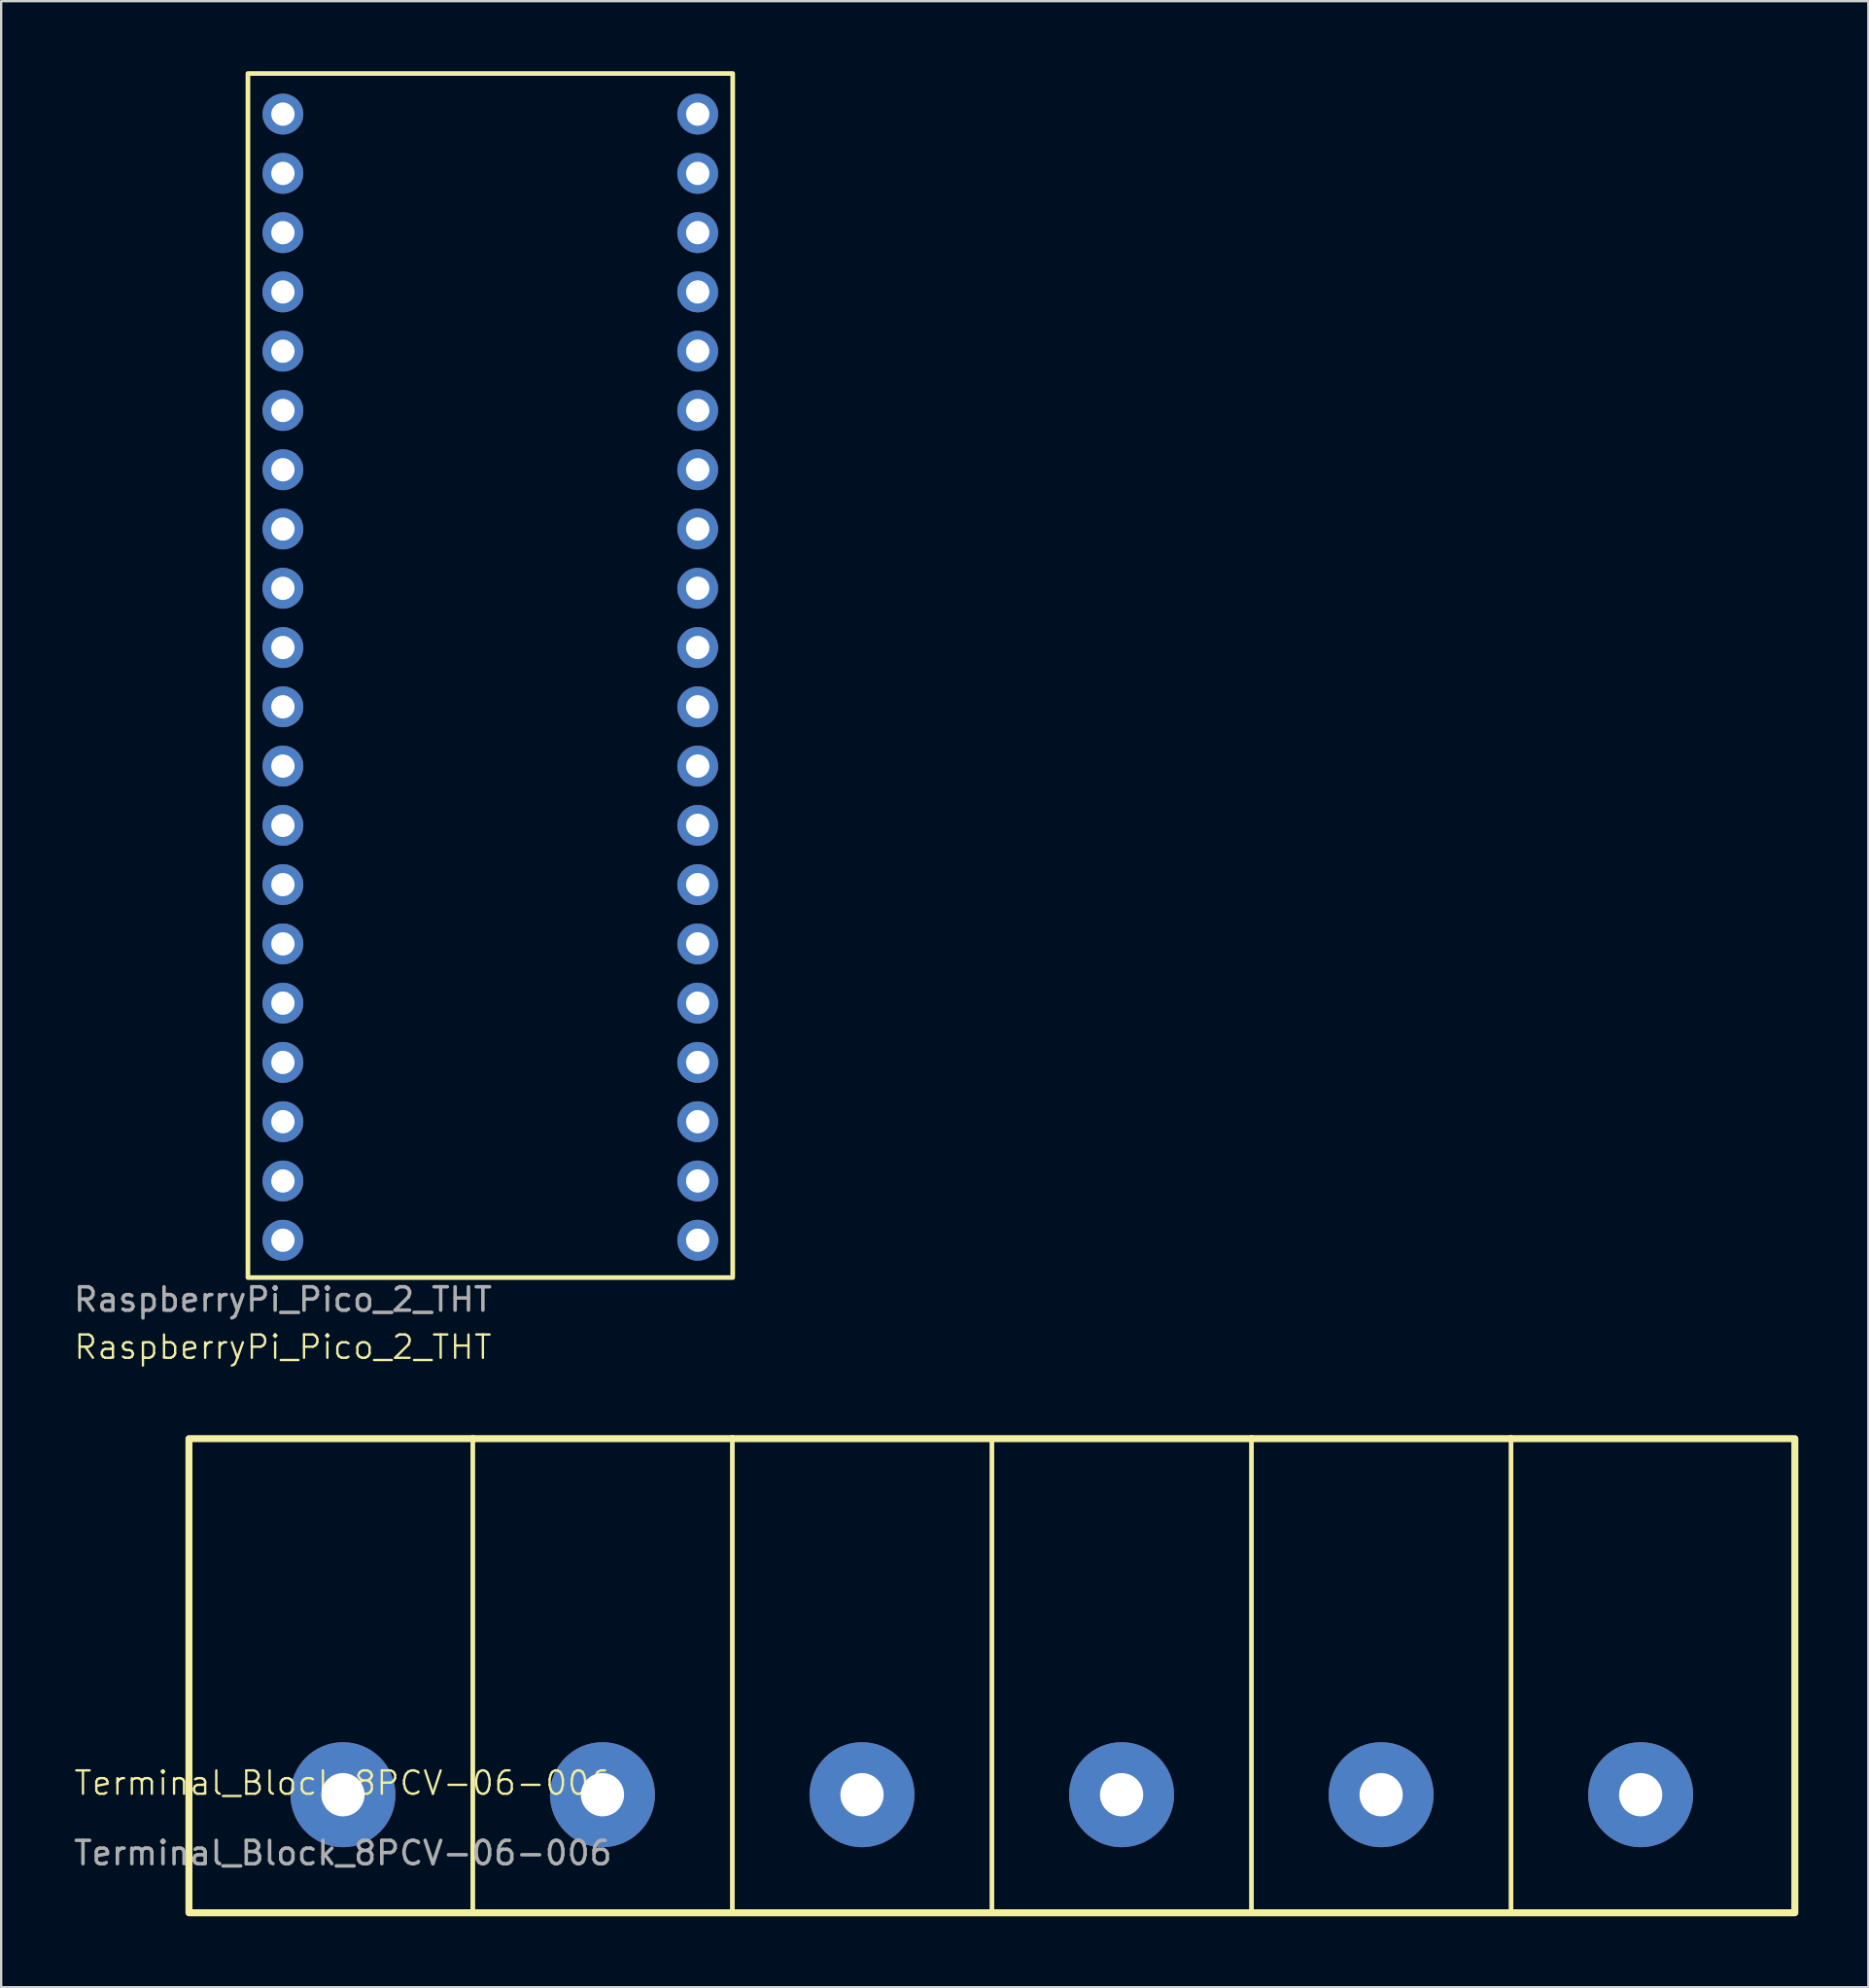
<source format=kicad_pcb>
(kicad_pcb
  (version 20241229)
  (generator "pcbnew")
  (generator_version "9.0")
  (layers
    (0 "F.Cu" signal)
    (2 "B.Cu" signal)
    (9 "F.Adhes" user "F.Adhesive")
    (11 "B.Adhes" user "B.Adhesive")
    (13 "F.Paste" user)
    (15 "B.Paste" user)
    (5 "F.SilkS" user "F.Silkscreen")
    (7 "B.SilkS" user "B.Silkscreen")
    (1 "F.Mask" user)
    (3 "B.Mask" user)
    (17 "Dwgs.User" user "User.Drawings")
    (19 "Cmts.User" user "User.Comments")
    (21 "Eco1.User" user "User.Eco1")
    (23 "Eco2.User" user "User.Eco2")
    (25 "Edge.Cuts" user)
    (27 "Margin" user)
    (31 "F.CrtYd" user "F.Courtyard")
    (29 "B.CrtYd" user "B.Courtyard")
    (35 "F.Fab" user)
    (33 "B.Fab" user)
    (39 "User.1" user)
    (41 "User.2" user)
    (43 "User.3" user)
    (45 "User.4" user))
  (footprint "Terminal_Block_8PCV-06-006"
    (layer "F.Cu")
    (at 5.049 78.861)
    (property "Reference" "Terminal_Block_8PCV-06-006" (at 6.6 -5.5 0) (unlocked yes) (layer "F.SilkS") (effects (font (size 1 1) (thickness 0.1))))
    (attr through_hole)
    (fp_line (start 12.167 0) (end 12.167 -20.32) (stroke (width 0.2) (type default)) (layer "F.SilkS"))
    (fp_line (start 23.292 0) (end 23.292 -20.32) (stroke (width 0.2) (type default)) (layer "F.SilkS"))
    (fp_line (start 34.417 0.06) (end 34.417 -20.26) (stroke (width 0.2) (type default)) (layer "F.SilkS"))
    (fp_line (start 45.542 0) (end 45.542 -20.32) (stroke (width 0.2) (type default)) (layer "F.SilkS"))
    (fp_line (start 56.667 0) (end 56.667 -20.32) (stroke (width 0.2) (type default)) (layer "F.SilkS"))
    (fp_rect (start 0 -20.26) (end 68.834 0.06) (stroke (width 0.3) (type default)) (fill no) (layer "F.SilkS"))
    (fp_text user "${REFERENCE}" (at 6.6 -2.5 0) (unlocked yes) (layer "F.Fab") (effects (font (size 1 1) (thickness 0.15))))
    (pad "1" thru_hole circle (at 6.6 -5) (size 4.5 4.5) (drill 1.854) (layers "*.Cu" "*.Mask"))
    (pad "2" thru_hole circle (at 17.725 -5) (size 4.5 4.5) (drill 1.854) (layers "*.Cu" "*.Mask"))
    (pad "3" thru_hole circle (at 28.85 -5) (size 4.5 4.5) (drill 1.854) (layers "*.Cu" "*.Mask"))
    (pad "4" thru_hole circle (at 39.976 -5) (size 4.5 4.5) (drill 1.854) (layers "*.Cu" "*.Mask"))
    (pad "5" thru_hole circle (at 51.101 -5) (size 4.5 4.5) (drill 1.854) (layers "*.Cu" "*.Mask"))
    (pad "6" thru_hole circle (at 62.226 -5) (size 4.5 4.5) (drill 1.854) (layers "*.Cu" "*.Mask")))
  (footprint "RaspberryPi_Pico_2_THT"
    (layer "F.Cu")
    (at 9.077 50.1)
    (property "Reference" "RaspberryPi_Pico_2_THT" (at 0 4.58 0) (unlocked yes) (layer "F.SilkS") (effects (font (size 1 1) (thickness 0.1))))
    (attr through_hole)
    (fp_rect (start -1.5 -50) (end 19.28 1.6) (stroke (width 0.2) (type default)) (fill no) (layer "F.SilkS"))
    (fp_text user "${REFERENCE}" (at 0 2.54 0) (unlocked yes) (layer "F.Fab") (effects (font (size 1 1) (thickness 0.15))))
    (pad "1" thru_hole circle (at 0 -48.26) (size 1.75 1.75) (drill 1) (layers "*.Cu" "*.Mask"))
    (pad "2" thru_hole circle (at 0 -45.72) (size 1.75 1.75) (drill 1) (layers "*.Cu" "*.Mask"))
    (pad "3" thru_hole circle (at 0 -43.18) (size 1.75 1.75) (drill 1) (layers "*.Cu" "*.Mask"))
    (pad "4" thru_hole circle (at 0 -40.64) (size 1.75 1.75) (drill 1) (layers "*.Cu" "*.Mask"))
    (pad "5" thru_hole circle (at 0 -38.1) (size 1.75 1.75) (drill 1) (layers "*.Cu" "*.Mask"))
    (pad "6" thru_hole circle (at 0 -35.56) (size 1.75 1.75) (drill 1) (layers "*.Cu" "*.Mask"))
    (pad "7" thru_hole circle (at 0 -33.02) (size 1.75 1.75) (drill 1) (layers "*.Cu" "*.Mask"))
    (pad "8" thru_hole circle (at 0 -30.48) (size 1.75 1.75) (drill 1) (layers "*.Cu" "*.Mask"))
    (pad "9" thru_hole circle (at 0 -27.94) (size 1.75 1.75) (drill 1) (layers "*.Cu" "*.Mask"))
    (pad "10" thru_hole circle (at 0 -25.4) (size 1.75 1.75) (drill 1) (layers "*.Cu" "*.Mask"))
    (pad "11" thru_hole circle (at 0 -22.86) (size 1.75 1.75) (drill 1) (layers "*.Cu" "*.Mask"))
    (pad "12" thru_hole circle (at 0 -20.32) (size 1.75 1.75) (drill 1) (layers "*.Cu" "*.Mask"))
    (pad "13" thru_hole circle (at 0 -17.78) (size 1.75 1.75) (drill 1) (layers "*.Cu" "*.Mask"))
    (pad "14" thru_hole circle (at 0 -15.24) (size 1.75 1.75) (drill 1) (layers "*.Cu" "*.Mask"))
    (pad "15" thru_hole circle (at 0 -12.7) (size 1.75 1.75) (drill 1) (layers "*.Cu" "*.Mask"))
    (pad "16" thru_hole circle (at 0 -10.16) (size 1.75 1.75) (drill 1) (layers "*.Cu" "*.Mask"))
    (pad "17" thru_hole circle (at 0 -7.62) (size 1.75 1.75) (drill 1) (layers "*.Cu" "*.Mask"))
    (pad "18" thru_hole circle (at 0 -5.08) (size 1.75 1.75) (drill 1) (layers "*.Cu" "*.Mask"))
    (pad "19" thru_hole circle (at 0 -2.54) (size 1.75 1.75) (drill 1) (layers "*.Cu" "*.Mask"))
    (pad "20" thru_hole circle (at 0 0) (size 1.75 1.75) (drill 1) (layers "*.Cu" "*.Mask"))
    (pad "21" thru_hole circle (at 17.78 0) (size 1.75 1.75) (drill 1) (layers "*.Cu" "*.Mask"))
    (pad "22" thru_hole circle (at 17.78 -2.54) (size 1.75 1.75) (drill 1) (layers "*.Cu" "*.Mask"))
    (pad "23" thru_hole circle (at 17.78 -5.08) (size 1.75 1.75) (drill 1) (layers "*.Cu" "*.Mask"))
    (pad "24" thru_hole circle (at 17.78 -7.62) (size 1.75 1.75) (drill 1) (layers "*.Cu" "*.Mask"))
    (pad "25" thru_hole circle (at 17.78 -10.16) (size 1.75 1.75) (drill 1) (layers "*.Cu" "*.Mask"))
    (pad "26" thru_hole circle (at 17.78 -12.7) (size 1.75 1.75) (drill 1) (layers "*.Cu" "*.Mask"))
    (pad "27" thru_hole circle (at 17.78 -15.24) (size 1.75 1.75) (drill 1) (layers "*.Cu" "*.Mask"))
    (pad "28" thru_hole circle (at 17.78 -17.78) (size 1.75 1.75) (drill 1) (layers "*.Cu" "*.Mask"))
    (pad "29" thru_hole circle (at 17.78 -20.32) (size 1.75 1.75) (drill 1) (layers "*.Cu" "*.Mask"))
    (pad "30" thru_hole circle (at 17.78 -22.86) (size 1.75 1.75) (drill 1) (layers "*.Cu" "*.Mask"))
    (pad "31" thru_hole circle (at 17.78 -25.4) (size 1.75 1.75) (drill 1) (layers "*.Cu" "*.Mask"))
    (pad "32" thru_hole circle (at 17.78 -27.94) (size 1.75 1.75) (drill 1) (layers "*.Cu" "*.Mask"))
    (pad "33" thru_hole circle (at 17.78 -30.48) (size 1.75 1.75) (drill 1) (layers "*.Cu" "*.Mask"))
    (pad "34" thru_hole circle (at 17.78 -33.02) (size 1.75 1.75) (drill 1) (layers "*.Cu" "*.Mask"))
    (pad "35" thru_hole circle (at 17.78 -35.56) (size 1.75 1.75) (drill 1) (layers "*.Cu" "*.Mask"))
    (pad "36" thru_hole circle (at 17.78 -38.1) (size 1.75 1.75) (drill 1) (layers "*.Cu" "*.Mask"))
    (pad "37" thru_hole circle (at 17.78 -40.64) (size 1.75 1.75) (drill 1) (layers "*.Cu" "*.Mask"))
    (pad "38" thru_hole circle (at 17.78 -43.18) (size 1.75 1.75) (drill 1) (layers "*.Cu" "*.Mask"))
    (pad "39" thru_hole circle (at 17.78 -45.72) (size 1.75 1.75) (drill 1) (layers "*.Cu" "*.Mask"))
    (pad "40" thru_hole circle (at 17.78 -48.26) (size 1.75 1.75) (drill 1) (layers "*.Cu" "*.Mask")))
  (gr_rect
    (start -3 -3)
    (end 77.033 82.111)
    (stroke (width 0.1) (type default))
    (fill no)
    (layer "Edge.Cuts")))
</source>
